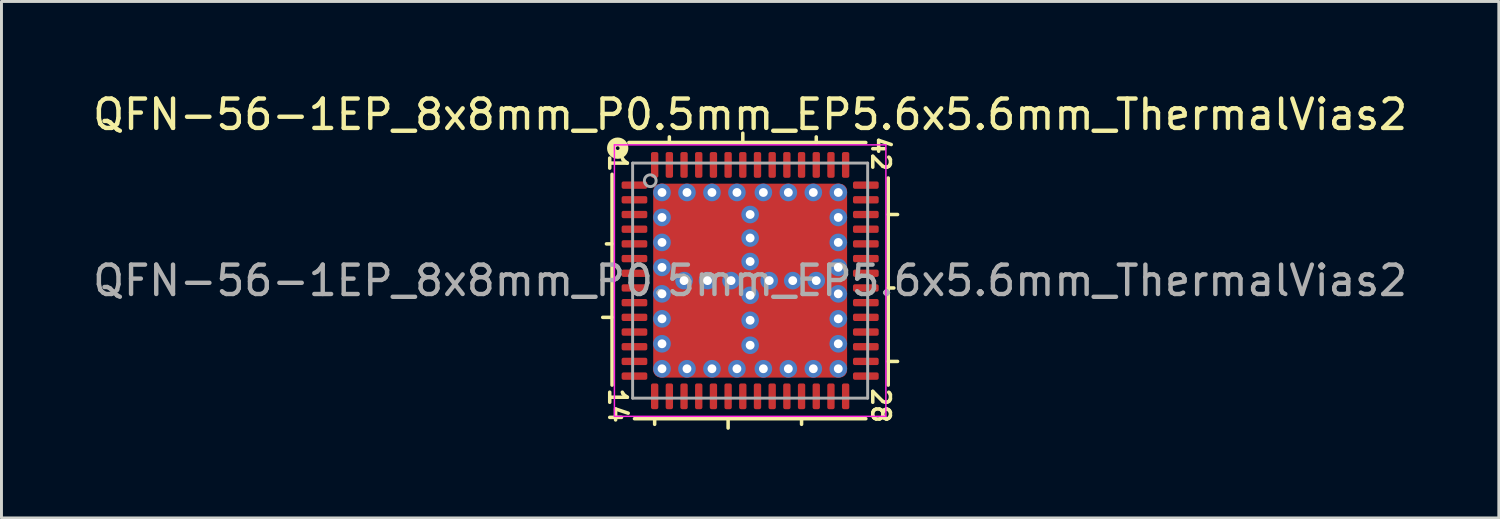
<source format=kicad_pcb>
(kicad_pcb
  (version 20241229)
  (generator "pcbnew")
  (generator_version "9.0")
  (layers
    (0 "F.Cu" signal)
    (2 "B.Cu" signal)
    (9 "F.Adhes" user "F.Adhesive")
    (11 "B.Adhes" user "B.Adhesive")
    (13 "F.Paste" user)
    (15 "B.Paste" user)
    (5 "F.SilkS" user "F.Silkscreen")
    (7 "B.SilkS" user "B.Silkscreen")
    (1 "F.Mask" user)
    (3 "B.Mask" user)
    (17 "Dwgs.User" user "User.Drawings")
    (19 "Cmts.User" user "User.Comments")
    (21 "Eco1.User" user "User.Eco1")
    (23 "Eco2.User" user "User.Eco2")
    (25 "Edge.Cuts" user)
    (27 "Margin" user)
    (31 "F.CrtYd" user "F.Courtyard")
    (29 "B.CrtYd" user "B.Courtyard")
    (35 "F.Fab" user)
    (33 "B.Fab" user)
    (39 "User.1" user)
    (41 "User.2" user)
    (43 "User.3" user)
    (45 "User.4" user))
  (footprint "QFN-56-1EP_8x8mm_P0.5mm_EP5.6x5.6mm_ThermalVias2"
    (layer "F.Cu")
    (at 22.482 6.501)
    (property "Reference" "QFN-56-1EP_8x8mm_P0.5mm_EP5.6x5.6mm_ThermalVias2" (at 0 -5.652 0) (layer "F.SilkS") (effects (font (size 1 1) (thickness 0.15))))
    (attr smd)
    (fp_line (start -4.7 -3.619) (end -4.7 3.556) (stroke (width 0.12) (type solid)) (layer "F.SilkS"))
    (fp_line (start -4.7 -1.25) (end -4.891 -1.25) (stroke (width 0.12) (type solid)) (layer "F.SilkS"))
    (fp_line (start -4.7 1.25) (end -5.018 1.25) (stroke (width 0.12) (type solid)) (layer "F.SilkS"))
    (fp_line (start -3.937 4.7) (end 3.937 4.7) (stroke (width 0.12) (type solid)) (layer "F.SilkS"))
    (fp_line (start -3.25 4.891) (end -3.25 4.7) (stroke (width 0.12) (type solid)) (layer "F.SilkS"))
    (fp_line (start -2.75 -4.7) (end -2.75 -4.891) (stroke (width 0.12) (type solid)) (layer "F.SilkS"))
    (fp_line (start -0.75 5.018) (end -0.75 4.7) (stroke (width 0.12) (type solid)) (layer "F.SilkS"))
    (fp_line (start -0.25 -4.7) (end -0.25 -5.018) (stroke (width 0.12) (type solid)) (layer "F.SilkS"))
    (fp_line (start 1.75 4.891) (end 1.75 4.7) (stroke (width 0.12) (type solid)) (layer "F.SilkS"))
    (fp_line (start 2.25 -4.7) (end 2.25 -4.891) (stroke (width 0.12) (type solid)) (layer "F.SilkS"))
    (fp_line (start 3.937 -4.7) (end -4.128 -4.7) (stroke (width 0.12) (type solid)) (layer "F.SilkS"))
    (fp_line (start 4.7 -2.25) (end 5.018 -2.25) (stroke (width 0.12) (type solid)) (layer "F.SilkS"))
    (fp_line (start 4.7 0.25) (end 4.891 0.25) (stroke (width 0.12) (type solid)) (layer "F.SilkS"))
    (fp_line (start 4.7 2.75) (end 5.018 2.75) (stroke (width 0.12) (type solid)) (layer "F.SilkS"))
    (fp_line (start 4.7 3.556) (end 4.7 -3.493) (stroke (width 0.12) (type solid)) (layer "F.SilkS"))
    (fp_circle (center -4.508 -4.508) (end -4.445 -4.508) (stroke (width 0.3) (type solid)) (fill no) (layer "F.SilkS"))
    (fp_line (start -4.62 -4.62) (end -4.62 4.62) (stroke (width 0.05) (type solid)) (layer "F.CrtYd"))
    (fp_line (start -4.62 4.62) (end 4.62 4.62) (stroke (width 0.05) (type solid)) (layer "F.CrtYd"))
    (fp_line (start 4.62 -4.62) (end -4.62 -4.62) (stroke (width 0.05) (type solid)) (layer "F.CrtYd"))
    (fp_line (start 4.62 4.62) (end 4.62 -4.62) (stroke (width 0.05) (type solid)) (layer "F.CrtYd"))
    (fp_line (start -4 -4) (end 4 -4) (stroke (width 0.1) (type solid)) (layer "F.Fab"))
    (fp_line (start -4 4) (end -4 -4) (stroke (width 0.1) (type solid)) (layer "F.Fab"))
    (fp_line (start 4 -4) (end 4 4) (stroke (width 0.1) (type solid)) (layer "F.Fab"))
    (fp_line (start 4 4) (end -4 4) (stroke (width 0.1) (type solid)) (layer "F.Fab"))
    (fp_circle (center -3.4 -3.4) (end -3.2 -3.4) (stroke (width 0.1) (type solid)) (fill no) (layer "F.Fab"))
    (fp_text user "28" (at 4.445 4.255 270) (unlocked yes) (layer "F.SilkS") (effects (font (size 0.6 0.6) (thickness 0.12))))
    (fp_text user "1" (at -4.508 -4 270) (unlocked yes) (layer "F.SilkS") (effects (font (size 0.6 0.6) (thickness 0.12))))
    (fp_text user "42" (at 4.445 -4.318 270) (unlocked yes) (layer "F.SilkS") (effects (font (size 0.6 0.6) (thickness 0.12))))
    (fp_text user "14" (at -4.508 4.255 270) (unlocked yes) (layer "F.SilkS") (effects (font (size 0.6 0.6) (thickness 0.12))))
    (fp_text user "${REFERENCE}" (at 0 0 0) (layer "F.Fab") (effects (font (size 1 1) (thickness 0.15))))
    (pad "" smd roundrect (at -2.1 -2.1) (size 0.9 0.9) (layers "F.Paste") (roundrect_rratio 0.25))
    (pad "" smd roundrect (at -2.1 -0.9) (size 0.9 0.9) (layers "F.Paste") (roundrect_rratio 0.25))
    (pad "" smd roundrect (at -2.1 0.9) (size 0.9 0.9) (layers "F.Paste") (roundrect_rratio 0.25))
    (pad "" smd roundrect (at -2.1 2.1) (size 0.9 0.9) (layers "F.Paste") (roundrect_rratio 0.25))
    (pad "" smd roundrect (at -1.5 -1.5 270) (size 2.4 2.4) (layers "F.Mask") (roundrect_rratio 0.104))
    (pad "" smd roundrect (at -1.5 1.5 270) (size 2.4 2.4) (layers "F.Mask") (roundrect_rratio 0.104))
    (pad "" smd roundrect (at -0.9 -2.1) (size 0.9 0.9) (layers "F.Paste") (roundrect_rratio 0.25))
    (pad "" smd roundrect (at -0.9 -0.9) (size 0.9 0.9) (layers "F.Paste") (roundrect_rratio 0.25))
    (pad "" smd roundrect (at -0.9 0.9) (size 0.9 0.9) (layers "F.Paste") (roundrect_rratio 0.25))
    (pad "" smd roundrect (at -0.9 2.1) (size 0.9 0.9) (layers "F.Paste") (roundrect_rratio 0.25))
    (pad "" smd roundrect (at 0.9 -2.1) (size 0.9 0.9) (layers "F.Paste") (roundrect_rratio 0.25))
    (pad "" smd roundrect (at 0.9 -0.9) (size 0.9 0.9) (layers "F.Paste") (roundrect_rratio 0.25))
    (pad "" smd roundrect (at 0.9 0.9) (size 0.9 0.9) (layers "F.Paste") (roundrect_rratio 0.25))
    (pad "" smd roundrect (at 0.9 2.1) (size 0.9 0.9) (layers "F.Paste") (roundrect_rratio 0.25))
    (pad "" smd roundrect (at 1.5 -1.5 270) (size 2.4 2.4) (layers "F.Mask") (roundrect_rratio 0.104))
    (pad "" smd roundrect (at 1.5 1.5 270) (size 2.4 2.4) (layers "F.Mask") (roundrect_rratio 0.104))
    (pad "" smd roundrect (at 2.1 -2.1) (size 0.9 0.9) (layers "F.Paste") (roundrect_rratio 0.25))
    (pad "" smd roundrect (at 2.1 -0.9) (size 0.9 0.9) (layers "F.Paste") (roundrect_rratio 0.25))
    (pad "" smd roundrect (at 2.1 0.9) (size 0.9 0.9) (layers "F.Paste") (roundrect_rratio 0.25))
    (pad "" smd roundrect (at 2.1 2.1) (size 0.9 0.9) (layers "F.Paste") (roundrect_rratio 0.25))
    (pad "1" smd roundrect (at -3.938 -3.25) (size 0.875 0.25) (layers "F.Cu" "F.Mask" "F.Paste") (roundrect_rratio 0.25))
    (pad "2" smd roundrect (at -3.938 -2.75) (size 0.875 0.25) (layers "F.Cu" "F.Mask" "F.Paste") (roundrect_rratio 0.25))
    (pad "3" smd roundrect (at -3.938 -2.25) (size 0.875 0.25) (layers "F.Cu" "F.Mask" "F.Paste") (roundrect_rratio 0.25))
    (pad "4" smd roundrect (at -3.938 -1.75) (size 0.875 0.25) (layers "F.Cu" "F.Mask" "F.Paste") (roundrect_rratio 0.25))
    (pad "5" smd roundrect (at -3.938 -1.25) (size 0.875 0.25) (layers "F.Cu" "F.Mask" "F.Paste") (roundrect_rratio 0.25))
    (pad "6" smd roundrect (at -3.938 -0.75) (size 0.875 0.25) (layers "F.Cu" "F.Mask" "F.Paste") (roundrect_rratio 0.25))
    (pad "7" smd roundrect (at -3.938 -0.25) (size 0.875 0.25) (layers "F.Cu" "F.Mask" "F.Paste") (roundrect_rratio 0.25))
    (pad "8" smd roundrect (at -3.938 0.25) (size 0.875 0.25) (layers "F.Cu" "F.Mask" "F.Paste") (roundrect_rratio 0.25))
    (pad "9" smd roundrect (at -3.938 0.75) (size 0.875 0.25) (layers "F.Cu" "F.Mask" "F.Paste") (roundrect_rratio 0.25))
    (pad "10" smd roundrect (at -3.938 1.25) (size 0.875 0.25) (layers "F.Cu" "F.Mask" "F.Paste") (roundrect_rratio 0.25))
    (pad "11" smd roundrect (at -3.938 1.75) (size 0.875 0.25) (layers "F.Cu" "F.Mask" "F.Paste") (roundrect_rratio 0.25))
    (pad "12" smd roundrect (at -3.938 2.25) (size 0.875 0.25) (layers "F.Cu" "F.Mask" "F.Paste") (roundrect_rratio 0.25))
    (pad "13" smd roundrect (at -3.938 2.75) (size 0.875 0.25) (layers "F.Cu" "F.Mask" "F.Paste") (roundrect_rratio 0.25))
    (pad "14" smd roundrect (at -3.938 3.25) (size 0.875 0.25) (layers "F.Cu" "F.Mask" "F.Paste") (roundrect_rratio 0.25))
    (pad "15" smd roundrect (at -3.25 3.938) (size 0.25 0.875) (layers "F.Cu" "F.Mask" "F.Paste") (roundrect_rratio 0.25))
    (pad "16" smd roundrect (at -2.75 3.938) (size 0.25 0.875) (layers "F.Cu" "F.Mask" "F.Paste") (roundrect_rratio 0.25))
    (pad "17" smd roundrect (at -2.25 3.938) (size 0.25 0.875) (layers "F.Cu" "F.Mask" "F.Paste") (roundrect_rratio 0.25))
    (pad "18" smd roundrect (at -1.75 3.938) (size 0.25 0.875) (layers "F.Cu" "F.Mask" "F.Paste") (roundrect_rratio 0.25))
    (pad "19" smd roundrect (at -1.25 3.938) (size 0.25 0.875) (layers "F.Cu" "F.Mask" "F.Paste") (roundrect_rratio 0.25))
    (pad "20" smd roundrect (at -0.75 3.938) (size 0.25 0.875) (layers "F.Cu" "F.Mask" "F.Paste") (roundrect_rratio 0.25))
    (pad "21" smd roundrect (at -0.25 3.938) (size 0.25 0.875) (layers "F.Cu" "F.Mask" "F.Paste") (roundrect_rratio 0.25))
    (pad "22" smd roundrect (at 0.25 3.938) (size 0.25 0.875) (layers "F.Cu" "F.Mask" "F.Paste") (roundrect_rratio 0.25))
    (pad "23" smd roundrect (at 0.75 3.938) (size 0.25 0.875) (layers "F.Cu" "F.Mask" "F.Paste") (roundrect_rratio 0.25))
    (pad "24" smd roundrect (at 1.25 3.938) (size 0.25 0.875) (layers "F.Cu" "F.Mask" "F.Paste") (roundrect_rratio 0.25))
    (pad "25" smd roundrect (at 1.75 3.938) (size 0.25 0.875) (layers "F.Cu" "F.Mask" "F.Paste") (roundrect_rratio 0.25))
    (pad "26" smd roundrect (at 2.25 3.938) (size 0.25 0.875) (layers "F.Cu" "F.Mask" "F.Paste") (roundrect_rratio 0.25))
    (pad "27" smd roundrect (at 2.75 3.938) (size 0.25 0.875) (layers "F.Cu" "F.Mask" "F.Paste") (roundrect_rratio 0.25))
    (pad "28" smd roundrect (at 3.25 3.938) (size 0.25 0.875) (layers "F.Cu" "F.Mask" "F.Paste") (roundrect_rratio 0.25))
    (pad "29" smd roundrect (at 3.938 3.25) (size 0.875 0.25) (layers "F.Cu" "F.Mask" "F.Paste") (roundrect_rratio 0.25))
    (pad "30" smd roundrect (at 3.938 2.75) (size 0.875 0.25) (layers "F.Cu" "F.Mask" "F.Paste") (roundrect_rratio 0.25))
    (pad "31" smd roundrect (at 3.938 2.25) (size 0.875 0.25) (layers "F.Cu" "F.Mask" "F.Paste") (roundrect_rratio 0.25))
    (pad "32" smd roundrect (at 3.938 1.75) (size 0.875 0.25) (layers "F.Cu" "F.Mask" "F.Paste") (roundrect_rratio 0.25))
    (pad "33" smd roundrect (at 3.938 1.25) (size 0.875 0.25) (layers "F.Cu" "F.Mask" "F.Paste") (roundrect_rratio 0.25))
    (pad "34" smd roundrect (at 3.938 0.75) (size 0.875 0.25) (layers "F.Cu" "F.Mask" "F.Paste") (roundrect_rratio 0.25))
    (pad "35" smd roundrect (at 3.938 0.25) (size 0.875 0.25) (layers "F.Cu" "F.Mask" "F.Paste") (roundrect_rratio 0.25))
    (pad "36" smd roundrect (at 3.938 -0.25) (size 0.875 0.25) (layers "F.Cu" "F.Mask" "F.Paste") (roundrect_rratio 0.25))
    (pad "37" smd roundrect (at 3.938 -0.75) (size 0.875 0.25) (layers "F.Cu" "F.Mask" "F.Paste") (roundrect_rratio 0.25))
    (pad "38" smd roundrect (at 3.938 -1.25) (size 0.875 0.25) (layers "F.Cu" "F.Mask" "F.Paste") (roundrect_rratio 0.25))
    (pad "39" smd roundrect (at 3.938 -1.75) (size 0.875 0.25) (layers "F.Cu" "F.Mask" "F.Paste") (roundrect_rratio 0.25))
    (pad "40" smd roundrect (at 3.938 -2.25) (size 0.875 0.25) (layers "F.Cu" "F.Mask" "F.Paste") (roundrect_rratio 0.25))
    (pad "41" smd roundrect (at 3.938 -2.75) (size 0.875 0.25) (layers "F.Cu" "F.Mask" "F.Paste") (roundrect_rratio 0.25))
    (pad "42" smd roundrect (at 3.938 -3.25) (size 0.875 0.25) (layers "F.Cu" "F.Mask" "F.Paste") (roundrect_rratio 0.25))
    (pad "43" smd roundrect (at 3.25 -3.938) (size 0.25 0.875) (layers "F.Cu" "F.Mask" "F.Paste") (roundrect_rratio 0.25))
    (pad "44" smd roundrect (at 2.75 -3.938) (size 0.25 0.875) (layers "F.Cu" "F.Mask" "F.Paste") (roundrect_rratio 0.25))
    (pad "45" smd roundrect (at 2.25 -3.938) (size 0.25 0.875) (layers "F.Cu" "F.Mask" "F.Paste") (roundrect_rratio 0.25))
    (pad "46" smd roundrect (at 1.75 -3.938) (size 0.25 0.875) (layers "F.Cu" "F.Mask" "F.Paste") (roundrect_rratio 0.25))
    (pad "47" smd roundrect (at 1.25 -3.938) (size 0.25 0.875) (layers "F.Cu" "F.Mask" "F.Paste") (roundrect_rratio 0.25))
    (pad "48" smd roundrect (at 0.75 -3.938) (size 0.25 0.875) (layers "F.Cu" "F.Mask" "F.Paste") (roundrect_rratio 0.25))
    (pad "49" smd roundrect (at 0.25 -3.938) (size 0.25 0.875) (layers "F.Cu" "F.Mask" "F.Paste") (roundrect_rratio 0.25))
    (pad "50" smd roundrect (at -0.25 -3.938) (size 0.25 0.875) (layers "F.Cu" "F.Mask" "F.Paste") (roundrect_rratio 0.25))
    (pad "51" smd roundrect (at -0.75 -3.938) (size 0.25 0.875) (layers "F.Cu" "F.Mask" "F.Paste") (roundrect_rratio 0.25))
    (pad "52" smd roundrect (at -1.25 -3.938) (size 0.25 0.875) (layers "F.Cu" "F.Mask" "F.Paste") (roundrect_rratio 0.25))
    (pad "53" smd roundrect (at -1.75 -3.938) (size 0.25 0.875) (layers "F.Cu" "F.Mask" "F.Paste") (roundrect_rratio 0.25))
    (pad "54" smd roundrect (at -2.25 -3.938) (size 0.25 0.875) (layers "F.Cu" "F.Mask" "F.Paste") (roundrect_rratio 0.25))
    (pad "55" smd roundrect (at -2.75 -3.938) (size 0.25 0.875) (layers "F.Cu" "F.Mask" "F.Paste") (roundrect_rratio 0.25))
    (pad "56" smd roundrect (at -3.25 -3.938) (size 0.25 0.875) (layers "F.Cu" "F.Mask" "F.Paste") (roundrect_rratio 0.25))
    (pad "57" thru_hole circle (at -3 -3) (size 0.6 0.6) (drill 0.3) (property pad_prop_heatsink) (layers "*.Cu" "*.Mask"))
    (pad "57" thru_hole circle (at -3 -2.15 90) (size 0.6 0.6) (drill 0.3) (property pad_prop_heatsink) (layers "*.Cu" "*.Mask"))
    (pad "57" thru_hole circle (at -3 -1.3 90) (size 0.6 0.6) (drill 0.3) (property pad_prop_heatsink) (layers "*.Cu" "*.Mask"))
    (pad "57" thru_hole circle (at -3 -0.45 90) (size 0.6 0.6) (drill 0.3) (property pad_prop_heatsink) (layers "*.Cu" "*.Mask"))
    (pad "57" thru_hole circle (at -3 0.45 90) (size 0.6 0.6) (drill 0.3) (property pad_prop_heatsink) (layers "*.Cu" "*.Mask"))
    (pad "57" thru_hole circle (at -3 1.3 90) (size 0.6 0.6) (drill 0.3) (property pad_prop_heatsink) (layers "*.Cu" "*.Mask"))
    (pad "57" thru_hole circle (at -3 2.15 90) (size 0.6 0.6) (drill 0.3) (property pad_prop_heatsink) (layers "*.Cu" "*.Mask"))
    (pad "57" thru_hole circle (at -3 3) (size 0.6 0.6) (drill 0.3) (property pad_prop_heatsink) (layers "*.Cu" "*.Mask"))
    (pad "57" thru_hole circle (at -2.25 0) (size 0.6 0.6) (drill 0.3) (property pad_prop_heatsink) (layers "*.Cu" "*.Mask"))
    (pad "57" thru_hole circle (at -2.15 -3) (size 0.6 0.6) (drill 0.3) (property pad_prop_heatsink) (layers "*.Cu" "*.Mask"))
    (pad "57" thru_hole circle (at -2.15 3) (size 0.6 0.6) (drill 0.3) (property pad_prop_heatsink) (layers "*.Cu" "*.Mask"))
    (pad "57" thru_hole circle (at -1.45 0) (size 0.6 0.6) (drill 0.3) (property pad_prop_heatsink) (layers "*.Cu" "*.Mask"))
    (pad "57" thru_hole circle (at -1.3 -3) (size 0.6 0.6) (drill 0.3) (property pad_prop_heatsink) (layers "*.Cu" "*.Mask"))
    (pad "57" thru_hole circle (at -1.3 3) (size 0.6 0.6) (drill 0.3) (property pad_prop_heatsink) (layers "*.Cu" "*.Mask"))
    (pad "57" thru_hole circle (at -0.65 0) (size 0.6 0.6) (drill 0.3) (property pad_prop_heatsink) (layers "*.Cu" "*.Mask"))
    (pad "57" thru_hole circle (at -0.45 -3) (size 0.6 0.6) (drill 0.3) (property pad_prop_heatsink) (layers "*.Cu" "*.Mask"))
    (pad "57" thru_hole circle (at -0.45 3) (size 0.6 0.6) (drill 0.3) (property pad_prop_heatsink) (layers "*.Cu" "*.Mask"))
    (pad "57" thru_hole circle (at 0 -2.25) (size 0.6 0.6) (drill 0.3) (property pad_prop_heatsink) (layers "*.Cu" "*.Mask"))
    (pad "57" thru_hole circle (at 0 -1.45) (size 0.6 0.6) (drill 0.3) (property pad_prop_heatsink) (layers "*.Cu" "*.Mask"))
    (pad "57" thru_hole circle (at 0 -0.65) (size 0.6 0.6) (drill 0.3) (property pad_prop_heatsink) (layers "*.Cu" "*.Mask"))
    (pad "57" smd roundrect (at 0 0) (size 6.6 6.6) (layers "F.Cu") (roundrect_rratio 0.038))
    (pad "57" thru_hole circle (at 0 0.5) (size 0.6 0.6) (drill 0.3) (property pad_prop_heatsink) (layers "*.Cu" "*.Mask"))
    (pad "57" thru_hole circle (at 0 1.35) (size 0.6 0.6) (drill 0.3) (property pad_prop_heatsink) (layers "*.Cu" "*.Mask"))
    (pad "57" thru_hole circle (at 0 2.2) (size 0.6 0.6) (drill 0.3) (property pad_prop_heatsink) (layers "*.Cu" "*.Mask"))
    (pad "57" thru_hole circle (at 0.45 -3) (size 0.6 0.6) (drill 0.3) (property pad_prop_heatsink) (layers "*.Cu" "*.Mask"))
    (pad "57" thru_hole circle (at 0.45 3) (size 0.6 0.6) (drill 0.3) (property pad_prop_heatsink) (layers "*.Cu" "*.Mask"))
    (pad "57" thru_hole circle (at 0.65 0) (size 0.6 0.6) (drill 0.3) (property pad_prop_heatsink) (layers "*.Cu" "*.Mask"))
    (pad "57" thru_hole circle (at 1.3 -3) (size 0.6 0.6) (drill 0.3) (property pad_prop_heatsink) (layers "*.Cu" "*.Mask"))
    (pad "57" thru_hole circle (at 1.3 3) (size 0.6 0.6) (drill 0.3) (property pad_prop_heatsink) (layers "*.Cu" "*.Mask"))
    (pad "57" thru_hole circle (at 1.45 0) (size 0.6 0.6) (drill 0.3) (property pad_prop_heatsink) (layers "*.Cu" "*.Mask"))
    (pad "57" thru_hole circle (at 2.15 -3) (size 0.6 0.6) (drill 0.3) (property pad_prop_heatsink) (layers "*.Cu" "*.Mask"))
    (pad "57" thru_hole circle (at 2.15 3) (size 0.6 0.6) (drill 0.3) (property pad_prop_heatsink) (layers "*.Cu" "*.Mask"))
    (pad "57" thru_hole circle (at 2.25 0) (size 0.6 0.6) (drill 0.3) (property pad_prop_heatsink) (layers "*.Cu" "*.Mask"))
    (pad "57" thru_hole circle (at 3 -3) (size 0.6 0.6) (drill 0.3) (property pad_prop_heatsink) (layers "*.Cu" "*.Mask"))
    (pad "57" thru_hole circle (at 3 -2.15 90) (size 0.6 0.6) (drill 0.3) (property pad_prop_heatsink) (layers "*.Cu" "*.Mask"))
    (pad "57" thru_hole circle (at 3 -1.3 90) (size 0.6 0.6) (drill 0.3) (property pad_prop_heatsink) (layers "*.Cu" "*.Mask"))
    (pad "57" thru_hole circle (at 3 -0.45 90) (size 0.6 0.6) (drill 0.3) (property pad_prop_heatsink) (layers "*.Cu" "*.Mask"))
    (pad "57" thru_hole circle (at 3 0.45 90) (size 0.6 0.6) (drill 0.3) (property pad_prop_heatsink) (layers "*.Cu" "*.Mask"))
    (pad "57" thru_hole circle (at 3 1.3 90) (size 0.6 0.6) (drill 0.3) (property pad_prop_heatsink) (layers "*.Cu" "*.Mask"))
    (pad "57" thru_hole circle (at 3 2.15 90) (size 0.6 0.6) (drill 0.3) (property pad_prop_heatsink) (layers "*.Cu" "*.Mask"))
    (pad "57" thru_hole circle (at 3 3) (size 0.6 0.6) (drill 0.3) (property pad_prop_heatsink) (layers "*.Cu" "*.Mask")))
  (gr_rect
    (start -3 -3)
    (end 47.964 14.578)
    (stroke (width 0.1) (type default))
    (fill no)
    (layer "Edge.Cuts")))
</source>
